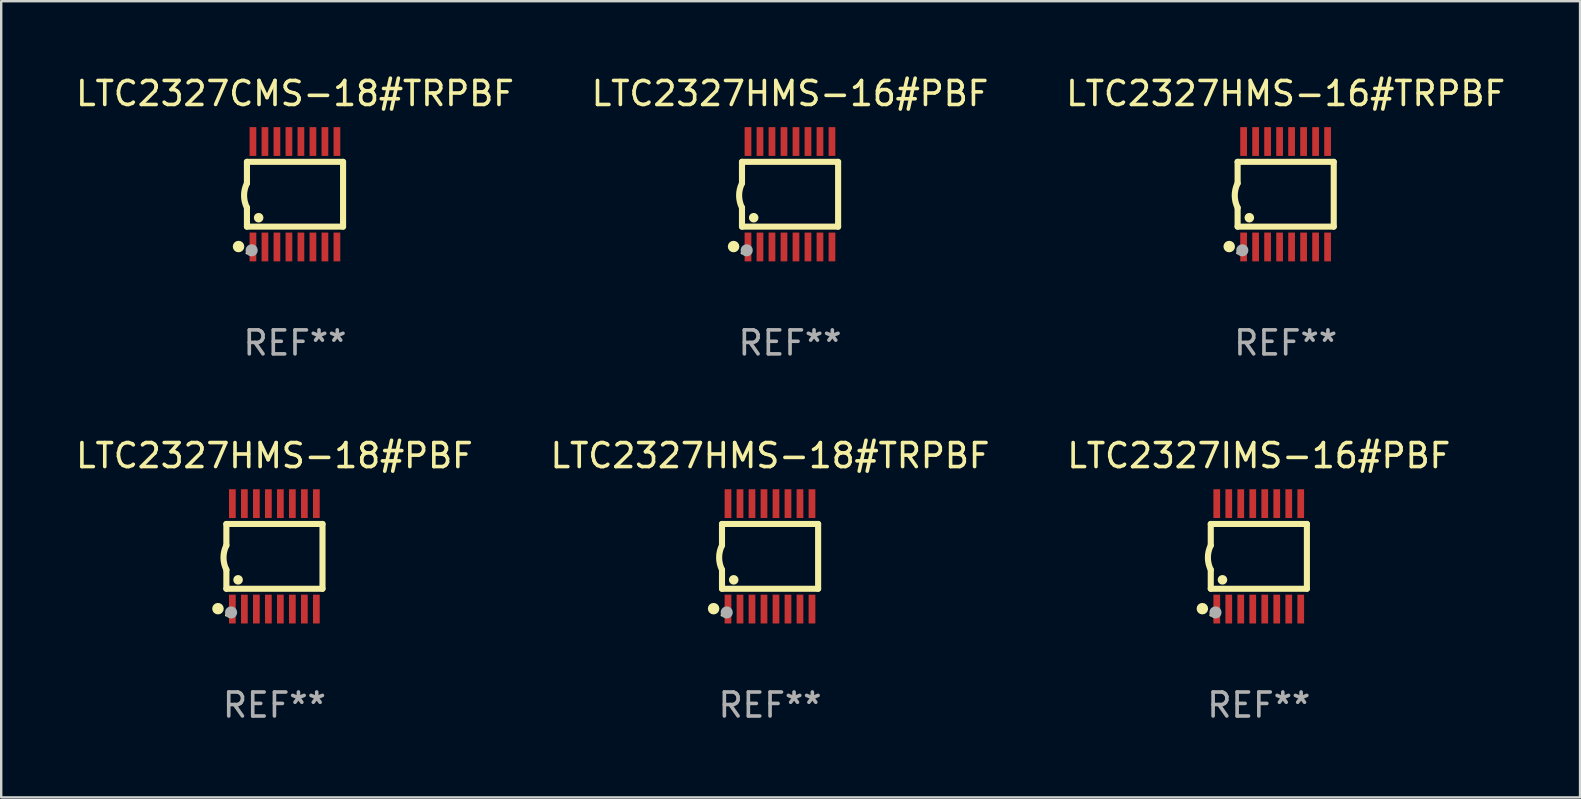
<source format=kicad_pcb>
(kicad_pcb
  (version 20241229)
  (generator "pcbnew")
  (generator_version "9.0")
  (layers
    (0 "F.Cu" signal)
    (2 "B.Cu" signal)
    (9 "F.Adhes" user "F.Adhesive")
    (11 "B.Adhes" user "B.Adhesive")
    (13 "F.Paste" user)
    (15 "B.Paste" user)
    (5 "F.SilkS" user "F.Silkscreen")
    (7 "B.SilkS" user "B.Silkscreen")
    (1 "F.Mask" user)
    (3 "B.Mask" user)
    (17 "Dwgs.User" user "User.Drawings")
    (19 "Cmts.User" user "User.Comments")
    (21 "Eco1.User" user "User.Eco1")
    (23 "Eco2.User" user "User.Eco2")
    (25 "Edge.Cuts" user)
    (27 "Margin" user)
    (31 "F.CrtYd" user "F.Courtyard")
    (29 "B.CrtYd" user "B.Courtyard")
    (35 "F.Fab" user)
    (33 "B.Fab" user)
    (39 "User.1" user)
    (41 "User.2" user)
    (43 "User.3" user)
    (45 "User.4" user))
  (footprint "LTC2327HMS-16#PBF"
    (layer "F.Cu")
    (at 29.875 5.045)
    (property "Reference" "LTC2327HMS-16#PBF" (at 0 -4.197 0) (layer "F.SilkS") (effects (font (size 1 1) (thickness 0.15))))
    (attr through_hole)
    (fp_line (start -2.003 -1.35) (end -2.003 -0.457) (stroke (width 0.254) (type solid)) (layer "F.SilkS"))
    (fp_line (start -2.003 -1.35) (end 2.003 -1.35) (stroke (width 0.254) (type solid)) (layer "F.SilkS"))
    (fp_line (start -2.003 1.35) (end -2.003 0.559) (stroke (width 0.254) (type solid)) (layer "F.SilkS"))
    (fp_line (start -2.003 1.35) (end 2.003 1.35) (stroke (width 0.254) (type solid)) (layer "F.SilkS"))
    (fp_line (start 2.003 -1.35) (end 2.003 1.35) (stroke (width 0.254) (type solid)) (layer "F.SilkS"))
    (fp_arc (start -2.002286 0.558802) (mid -2.122556 0.05092) (end -2.003302 -0.457201) (stroke (width 0.254001) (type solid)) (layer "F.SilkS"))
    (fp_circle (center -2.353 2.18) (end -2.233 2.18) (stroke (width 0.24) (type solid)) (fill no) (layer "F.SilkS"))
    (fp_circle (center -2.003 2.45) (end -1.973 2.45) (stroke (width 0.06) (type solid)) (fill no) (layer "F.SilkS"))
    (fp_circle (center -1.515 0.978) (end -1.415 0.978) (stroke (width 0.2) (type solid)) (fill no) (layer "F.SilkS"))
    (fp_circle (center -1.807 2.337) (end -1.68 2.337) (stroke (width 0.254) (type solid)) (fill no) (layer "F.Fab"))
    (fp_text user "REF**" (at 0 6.197 0) (layer "F.Fab") (effects (font (size 1 1) (thickness 0.15))))
    (pad "1" smd rect (at -1.753 2.197 90) (size 1.2 0.28) (layers "F.Cu" "F.Mask" "F.Paste"))
    (pad "2" smd rect (at -1.253 2.197 90) (size 1.2 0.28) (layers "F.Cu" "F.Mask" "F.Paste"))
    (pad "3" smd rect (at -0.753 2.197 90) (size 1.2 0.28) (layers "F.Cu" "F.Mask" "F.Paste"))
    (pad "4" smd rect (at -0.253 2.197 90) (size 1.2 0.28) (layers "F.Cu" "F.Mask" "F.Paste"))
    (pad "5" smd rect (at 0.247 2.197 90) (size 1.2 0.28) (layers "F.Cu" "F.Mask" "F.Paste"))
    (pad "6" smd rect (at 0.747 2.197 90) (size 1.2 0.28) (layers "F.Cu" "F.Mask" "F.Paste"))
    (pad "7" smd rect (at 1.247 2.197 90) (size 1.2 0.28) (layers "F.Cu" "F.Mask" "F.Paste"))
    (pad "8" smd rect (at 1.747 2.197 90) (size 1.2 0.28) (layers "F.Cu" "F.Mask" "F.Paste"))
    (pad "9" smd rect (at 1.747 -2.197 90) (size 1.2 0.28) (layers "F.Cu" "F.Mask" "F.Paste"))
    (pad "10" smd rect (at 1.247 -2.197 90) (size 1.2 0.28) (layers "F.Cu" "F.Mask" "F.Paste"))
    (pad "11" smd rect (at 0.747 -2.197 90) (size 1.2 0.28) (layers "F.Cu" "F.Mask" "F.Paste"))
    (pad "12" smd rect (at 0.247 -2.197 90) (size 1.2 0.28) (layers "F.Cu" "F.Mask" "F.Paste"))
    (pad "13" smd rect (at -0.253 -2.197 90) (size 1.2 0.28) (layers "F.Cu" "F.Mask" "F.Paste"))
    (pad "14" smd rect (at -0.753 -2.197 90) (size 1.2 0.28) (layers "F.Cu" "F.Mask" "F.Paste"))
    (pad "15" smd rect (at -1.253 -2.197 90) (size 1.2 0.28) (layers "F.Cu" "F.Mask" "F.Paste"))
    (pad "16" smd rect (at -1.753 -2.197 90) (size 1.2 0.28) (layers "F.Cu" "F.Mask" "F.Paste")))
  (footprint "LTC2327HMS-18#PBF"
    (layer "F.Cu")
    (at 8.387 20.136)
    (property "Reference" "LTC2327HMS-18#PBF" (at 0 -4.197 0) (layer "F.SilkS") (effects (font (size 1 1) (thickness 0.15))))
    (attr through_hole)
    (fp_line (start -2.003 -1.35) (end -2.003 -0.457) (stroke (width 0.254) (type solid)) (layer "F.SilkS"))
    (fp_line (start -2.003 -1.35) (end 2.003 -1.35) (stroke (width 0.254) (type solid)) (layer "F.SilkS"))
    (fp_line (start -2.003 1.35) (end -2.003 0.559) (stroke (width 0.254) (type solid)) (layer "F.SilkS"))
    (fp_line (start -2.003 1.35) (end 2.003 1.35) (stroke (width 0.254) (type solid)) (layer "F.SilkS"))
    (fp_line (start 2.003 -1.35) (end 2.003 1.35) (stroke (width 0.254) (type solid)) (layer "F.SilkS"))
    (fp_arc (start -2.002286 0.558802) (mid -2.122556 0.05092) (end -2.003302 -0.457201) (stroke (width 0.254001) (type solid)) (layer "F.SilkS"))
    (fp_circle (center -2.353 2.18) (end -2.233 2.18) (stroke (width 0.24) (type solid)) (fill no) (layer "F.SilkS"))
    (fp_circle (center -2.003 2.45) (end -1.973 2.45) (stroke (width 0.06) (type solid)) (fill no) (layer "F.SilkS"))
    (fp_circle (center -1.515 0.978) (end -1.415 0.978) (stroke (width 0.2) (type solid)) (fill no) (layer "F.SilkS"))
    (fp_circle (center -1.807 2.337) (end -1.68 2.337) (stroke (width 0.254) (type solid)) (fill no) (layer "F.Fab"))
    (fp_text user "REF**" (at 0 6.197 0) (layer "F.Fab") (effects (font (size 1 1) (thickness 0.15))))
    (pad "1" smd rect (at -1.753 2.197 90) (size 1.2 0.28) (layers "F.Cu" "F.Mask" "F.Paste"))
    (pad "2" smd rect (at -1.253 2.197 90) (size 1.2 0.28) (layers "F.Cu" "F.Mask" "F.Paste"))
    (pad "3" smd rect (at -0.753 2.197 90) (size 1.2 0.28) (layers "F.Cu" "F.Mask" "F.Paste"))
    (pad "4" smd rect (at -0.253 2.197 90) (size 1.2 0.28) (layers "F.Cu" "F.Mask" "F.Paste"))
    (pad "5" smd rect (at 0.247 2.197 90) (size 1.2 0.28) (layers "F.Cu" "F.Mask" "F.Paste"))
    (pad "6" smd rect (at 0.747 2.197 90) (size 1.2 0.28) (layers "F.Cu" "F.Mask" "F.Paste"))
    (pad "7" smd rect (at 1.247 2.197 90) (size 1.2 0.28) (layers "F.Cu" "F.Mask" "F.Paste"))
    (pad "8" smd rect (at 1.747 2.197 90) (size 1.2 0.28) (layers "F.Cu" "F.Mask" "F.Paste"))
    (pad "9" smd rect (at 1.747 -2.197 90) (size 1.2 0.28) (layers "F.Cu" "F.Mask" "F.Paste"))
    (pad "10" smd rect (at 1.247 -2.197 90) (size 1.2 0.28) (layers "F.Cu" "F.Mask" "F.Paste"))
    (pad "11" smd rect (at 0.747 -2.197 90) (size 1.2 0.28) (layers "F.Cu" "F.Mask" "F.Paste"))
    (pad "12" smd rect (at 0.247 -2.197 90) (size 1.2 0.28) (layers "F.Cu" "F.Mask" "F.Paste"))
    (pad "13" smd rect (at -0.253 -2.197 90) (size 1.2 0.28) (layers "F.Cu" "F.Mask" "F.Paste"))
    (pad "14" smd rect (at -0.753 -2.197 90) (size 1.2 0.28) (layers "F.Cu" "F.Mask" "F.Paste"))
    (pad "15" smd rect (at -1.253 -2.197 90) (size 1.2 0.28) (layers "F.Cu" "F.Mask" "F.Paste"))
    (pad "16" smd rect (at -1.753 -2.197 90) (size 1.2 0.28) (layers "F.Cu" "F.Mask" "F.Paste")))
  (footprint "LTC2327CMS-18#TRPBF"
    (layer "F.Cu")
    (at 9.244 5.045)
    (property "Reference" "LTC2327CMS-18#TRPBF" (at 0 -4.197 0) (layer "F.SilkS") (effects (font (size 1 1) (thickness 0.15))))
    (attr through_hole)
    (fp_line (start -2.003 -1.35) (end -2.003 -0.457) (stroke (width 0.254) (type solid)) (layer "F.SilkS"))
    (fp_line (start -2.003 -1.35) (end 2.003 -1.35) (stroke (width 0.254) (type solid)) (layer "F.SilkS"))
    (fp_line (start -2.003 1.35) (end -2.003 0.559) (stroke (width 0.254) (type solid)) (layer "F.SilkS"))
    (fp_line (start -2.003 1.35) (end 2.003 1.35) (stroke (width 0.254) (type solid)) (layer "F.SilkS"))
    (fp_line (start 2.003 -1.35) (end 2.003 1.35) (stroke (width 0.254) (type solid)) (layer "F.SilkS"))
    (fp_arc (start -2.002286 0.558802) (mid -2.122556 0.05092) (end -2.003302 -0.457201) (stroke (width 0.254001) (type solid)) (layer "F.SilkS"))
    (fp_circle (center -2.353 2.18) (end -2.233 2.18) (stroke (width 0.24) (type solid)) (fill no) (layer "F.SilkS"))
    (fp_circle (center -2.003 2.45) (end -1.973 2.45) (stroke (width 0.06) (type solid)) (fill no) (layer "F.SilkS"))
    (fp_circle (center -1.515 0.978) (end -1.415 0.978) (stroke (width 0.2) (type solid)) (fill no) (layer "F.SilkS"))
    (fp_circle (center -1.807 2.337) (end -1.68 2.337) (stroke (width 0.254) (type solid)) (fill no) (layer "F.Fab"))
    (fp_text user "REF**" (at 0 6.197 0) (layer "F.Fab") (effects (font (size 1 1) (thickness 0.15))))
    (pad "1" smd rect (at -1.753 2.197 90) (size 1.2 0.28) (layers "F.Cu" "F.Mask" "F.Paste"))
    (pad "2" smd rect (at -1.253 2.197 90) (size 1.2 0.28) (layers "F.Cu" "F.Mask" "F.Paste"))
    (pad "3" smd rect (at -0.753 2.197 90) (size 1.2 0.28) (layers "F.Cu" "F.Mask" "F.Paste"))
    (pad "4" smd rect (at -0.253 2.197 90) (size 1.2 0.28) (layers "F.Cu" "F.Mask" "F.Paste"))
    (pad "5" smd rect (at 0.247 2.197 90) (size 1.2 0.28) (layers "F.Cu" "F.Mask" "F.Paste"))
    (pad "6" smd rect (at 0.747 2.197 90) (size 1.2 0.28) (layers "F.Cu" "F.Mask" "F.Paste"))
    (pad "7" smd rect (at 1.247 2.197 90) (size 1.2 0.28) (layers "F.Cu" "F.Mask" "F.Paste"))
    (pad "8" smd rect (at 1.747 2.197 90) (size 1.2 0.28) (layers "F.Cu" "F.Mask" "F.Paste"))
    (pad "9" smd rect (at 1.747 -2.197 90) (size 1.2 0.28) (layers "F.Cu" "F.Mask" "F.Paste"))
    (pad "10" smd rect (at 1.247 -2.197 90) (size 1.2 0.28) (layers "F.Cu" "F.Mask" "F.Paste"))
    (pad "11" smd rect (at 0.747 -2.197 90) (size 1.2 0.28) (layers "F.Cu" "F.Mask" "F.Paste"))
    (pad "12" smd rect (at 0.247 -2.197 90) (size 1.2 0.28) (layers "F.Cu" "F.Mask" "F.Paste"))
    (pad "13" smd rect (at -0.253 -2.197 90) (size 1.2 0.28) (layers "F.Cu" "F.Mask" "F.Paste"))
    (pad "14" smd rect (at -0.753 -2.197 90) (size 1.2 0.28) (layers "F.Cu" "F.Mask" "F.Paste"))
    (pad "15" smd rect (at -1.253 -2.197 90) (size 1.2 0.28) (layers "F.Cu" "F.Mask" "F.Paste"))
    (pad "16" smd rect (at -1.753 -2.197 90) (size 1.2 0.28) (layers "F.Cu" "F.Mask" "F.Paste")))
  (footprint "LTC2327IMS-16#PBF"
    (layer "F.Cu")
    (at 49.411 20.136)
    (property "Reference" "LTC2327IMS-16#PBF" (at 0 -4.197 0) (layer "F.SilkS") (effects (font (size 1 1) (thickness 0.15))))
    (attr through_hole)
    (fp_line (start -2.003 -1.35) (end -2.003 -0.457) (stroke (width 0.254) (type solid)) (layer "F.SilkS"))
    (fp_line (start -2.003 -1.35) (end 2.003 -1.35) (stroke (width 0.254) (type solid)) (layer "F.SilkS"))
    (fp_line (start -2.003 1.35) (end -2.003 0.559) (stroke (width 0.254) (type solid)) (layer "F.SilkS"))
    (fp_line (start -2.003 1.35) (end 2.003 1.35) (stroke (width 0.254) (type solid)) (layer "F.SilkS"))
    (fp_line (start 2.003 -1.35) (end 2.003 1.35) (stroke (width 0.254) (type solid)) (layer "F.SilkS"))
    (fp_arc (start -2.002286 0.558802) (mid -2.122556 0.05092) (end -2.003302 -0.457201) (stroke (width 0.254001) (type solid)) (layer "F.SilkS"))
    (fp_circle (center -2.353 2.18) (end -2.233 2.18) (stroke (width 0.24) (type solid)) (fill no) (layer "F.SilkS"))
    (fp_circle (center -2.003 2.45) (end -1.973 2.45) (stroke (width 0.06) (type solid)) (fill no) (layer "F.SilkS"))
    (fp_circle (center -1.515 0.978) (end -1.415 0.978) (stroke (width 0.2) (type solid)) (fill no) (layer "F.SilkS"))
    (fp_circle (center -1.807 2.337) (end -1.68 2.337) (stroke (width 0.254) (type solid)) (fill no) (layer "F.Fab"))
    (fp_text user "REF**" (at 0 6.197 0) (layer "F.Fab") (effects (font (size 1 1) (thickness 0.15))))
    (pad "1" smd rect (at -1.753 2.197 90) (size 1.2 0.28) (layers "F.Cu" "F.Mask" "F.Paste"))
    (pad "2" smd rect (at -1.253 2.197 90) (size 1.2 0.28) (layers "F.Cu" "F.Mask" "F.Paste"))
    (pad "3" smd rect (at -0.753 2.197 90) (size 1.2 0.28) (layers "F.Cu" "F.Mask" "F.Paste"))
    (pad "4" smd rect (at -0.253 2.197 90) (size 1.2 0.28) (layers "F.Cu" "F.Mask" "F.Paste"))
    (pad "5" smd rect (at 0.247 2.197 90) (size 1.2 0.28) (layers "F.Cu" "F.Mask" "F.Paste"))
    (pad "6" smd rect (at 0.747 2.197 90) (size 1.2 0.28) (layers "F.Cu" "F.Mask" "F.Paste"))
    (pad "7" smd rect (at 1.247 2.197 90) (size 1.2 0.28) (layers "F.Cu" "F.Mask" "F.Paste"))
    (pad "8" smd rect (at 1.747 2.197 90) (size 1.2 0.28) (layers "F.Cu" "F.Mask" "F.Paste"))
    (pad "9" smd rect (at 1.747 -2.197 90) (size 1.2 0.28) (layers "F.Cu" "F.Mask" "F.Paste"))
    (pad "10" smd rect (at 1.247 -2.197 90) (size 1.2 0.28) (layers "F.Cu" "F.Mask" "F.Paste"))
    (pad "11" smd rect (at 0.747 -2.197 90) (size 1.2 0.28) (layers "F.Cu" "F.Mask" "F.Paste"))
    (pad "12" smd rect (at 0.247 -2.197 90) (size 1.2 0.28) (layers "F.Cu" "F.Mask" "F.Paste"))
    (pad "13" smd rect (at -0.253 -2.197 90) (size 1.2 0.28) (layers "F.Cu" "F.Mask" "F.Paste"))
    (pad "14" smd rect (at -0.753 -2.197 90) (size 1.2 0.28) (layers "F.Cu" "F.Mask" "F.Paste"))
    (pad "15" smd rect (at -1.253 -2.197 90) (size 1.2 0.28) (layers "F.Cu" "F.Mask" "F.Paste"))
    (pad "16" smd rect (at -1.753 -2.197 90) (size 1.2 0.28) (layers "F.Cu" "F.Mask" "F.Paste")))
  (footprint "LTC2327HMS-18#TRPBF"
    (layer "F.Cu")
    (at 29.042 20.136)
    (property "Reference" "LTC2327HMS-18#TRPBF" (at 0 -4.197 0) (layer "F.SilkS") (effects (font (size 1 1) (thickness 0.15))))
    (attr through_hole)
    (fp_line (start -2.003 -1.35) (end -2.003 -0.457) (stroke (width 0.254) (type solid)) (layer "F.SilkS"))
    (fp_line (start -2.003 -1.35) (end 2.003 -1.35) (stroke (width 0.254) (type solid)) (layer "F.SilkS"))
    (fp_line (start -2.003 1.35) (end -2.003 0.559) (stroke (width 0.254) (type solid)) (layer "F.SilkS"))
    (fp_line (start -2.003 1.35) (end 2.003 1.35) (stroke (width 0.254) (type solid)) (layer "F.SilkS"))
    (fp_line (start 2.003 -1.35) (end 2.003 1.35) (stroke (width 0.254) (type solid)) (layer "F.SilkS"))
    (fp_arc (start -2.002286 0.558802) (mid -2.122556 0.05092) (end -2.003302 -0.457201) (stroke (width 0.254001) (type solid)) (layer "F.SilkS"))
    (fp_circle (center -2.353 2.18) (end -2.233 2.18) (stroke (width 0.24) (type solid)) (fill no) (layer "F.SilkS"))
    (fp_circle (center -2.003 2.45) (end -1.973 2.45) (stroke (width 0.06) (type solid)) (fill no) (layer "F.SilkS"))
    (fp_circle (center -1.515 0.978) (end -1.415 0.978) (stroke (width 0.2) (type solid)) (fill no) (layer "F.SilkS"))
    (fp_circle (center -1.807 2.337) (end -1.68 2.337) (stroke (width 0.254) (type solid)) (fill no) (layer "F.Fab"))
    (fp_text user "REF**" (at 0 6.197 0) (layer "F.Fab") (effects (font (size 1 1) (thickness 0.15))))
    (pad "1" smd rect (at -1.753 2.197 90) (size 1.2 0.28) (layers "F.Cu" "F.Mask" "F.Paste"))
    (pad "2" smd rect (at -1.253 2.197 90) (size 1.2 0.28) (layers "F.Cu" "F.Mask" "F.Paste"))
    (pad "3" smd rect (at -0.753 2.197 90) (size 1.2 0.28) (layers "F.Cu" "F.Mask" "F.Paste"))
    (pad "4" smd rect (at -0.253 2.197 90) (size 1.2 0.28) (layers "F.Cu" "F.Mask" "F.Paste"))
    (pad "5" smd rect (at 0.247 2.197 90) (size 1.2 0.28) (layers "F.Cu" "F.Mask" "F.Paste"))
    (pad "6" smd rect (at 0.747 2.197 90) (size 1.2 0.28) (layers "F.Cu" "F.Mask" "F.Paste"))
    (pad "7" smd rect (at 1.247 2.197 90) (size 1.2 0.28) (layers "F.Cu" "F.Mask" "F.Paste"))
    (pad "8" smd rect (at 1.747 2.197 90) (size 1.2 0.28) (layers "F.Cu" "F.Mask" "F.Paste"))
    (pad "9" smd rect (at 1.747 -2.197 90) (size 1.2 0.28) (layers "F.Cu" "F.Mask" "F.Paste"))
    (pad "10" smd rect (at 1.247 -2.197 90) (size 1.2 0.28) (layers "F.Cu" "F.Mask" "F.Paste"))
    (pad "11" smd rect (at 0.747 -2.197 90) (size 1.2 0.28) (layers "F.Cu" "F.Mask" "F.Paste"))
    (pad "12" smd rect (at 0.247 -2.197 90) (size 1.2 0.28) (layers "F.Cu" "F.Mask" "F.Paste"))
    (pad "13" smd rect (at -0.253 -2.197 90) (size 1.2 0.28) (layers "F.Cu" "F.Mask" "F.Paste"))
    (pad "14" smd rect (at -0.753 -2.197 90) (size 1.2 0.28) (layers "F.Cu" "F.Mask" "F.Paste"))
    (pad "15" smd rect (at -1.253 -2.197 90) (size 1.2 0.28) (layers "F.Cu" "F.Mask" "F.Paste"))
    (pad "16" smd rect (at -1.753 -2.197 90) (size 1.2 0.28) (layers "F.Cu" "F.Mask" "F.Paste")))
  (footprint "LTC2327HMS-16#TRPBF"
    (layer "F.Cu")
    (at 50.53 5.045)
    (property "Reference" "LTC2327HMS-16#TRPBF" (at 0 -4.197 0) (layer "F.SilkS") (effects (font (size 1 1) (thickness 0.15))))
    (attr through_hole)
    (fp_line (start -2.003 -1.35) (end -2.003 -0.457) (stroke (width 0.254) (type solid)) (layer "F.SilkS"))
    (fp_line (start -2.003 -1.35) (end 2.003 -1.35) (stroke (width 0.254) (type solid)) (layer "F.SilkS"))
    (fp_line (start -2.003 1.35) (end -2.003 0.559) (stroke (width 0.254) (type solid)) (layer "F.SilkS"))
    (fp_line (start -2.003 1.35) (end 2.003 1.35) (stroke (width 0.254) (type solid)) (layer "F.SilkS"))
    (fp_line (start 2.003 -1.35) (end 2.003 1.35) (stroke (width 0.254) (type solid)) (layer "F.SilkS"))
    (fp_arc (start -2.002286 0.558802) (mid -2.122556 0.05092) (end -2.003302 -0.457201) (stroke (width 0.254001) (type solid)) (layer "F.SilkS"))
    (fp_circle (center -2.353 2.18) (end -2.233 2.18) (stroke (width 0.24) (type solid)) (fill no) (layer "F.SilkS"))
    (fp_circle (center -2.003 2.45) (end -1.973 2.45) (stroke (width 0.06) (type solid)) (fill no) (layer "F.SilkS"))
    (fp_circle (center -1.515 0.978) (end -1.415 0.978) (stroke (width 0.2) (type solid)) (fill no) (layer "F.SilkS"))
    (fp_circle (center -1.807 2.337) (end -1.68 2.337) (stroke (width 0.254) (type solid)) (fill no) (layer "F.Fab"))
    (fp_text user "REF**" (at 0 6.197 0) (layer "F.Fab") (effects (font (size 1 1) (thickness 0.15))))
    (pad "1" smd rect (at -1.753 2.197 90) (size 1.2 0.28) (layers "F.Cu" "F.Mask" "F.Paste"))
    (pad "2" smd rect (at -1.253 2.197 90) (size 1.2 0.28) (layers "F.Cu" "F.Mask" "F.Paste"))
    (pad "3" smd rect (at -0.753 2.197 90) (size 1.2 0.28) (layers "F.Cu" "F.Mask" "F.Paste"))
    (pad "4" smd rect (at -0.253 2.197 90) (size 1.2 0.28) (layers "F.Cu" "F.Mask" "F.Paste"))
    (pad "5" smd rect (at 0.247 2.197 90) (size 1.2 0.28) (layers "F.Cu" "F.Mask" "F.Paste"))
    (pad "6" smd rect (at 0.747 2.197 90) (size 1.2 0.28) (layers "F.Cu" "F.Mask" "F.Paste"))
    (pad "7" smd rect (at 1.247 2.197 90) (size 1.2 0.28) (layers "F.Cu" "F.Mask" "F.Paste"))
    (pad "8" smd rect (at 1.747 2.197 90) (size 1.2 0.28) (layers "F.Cu" "F.Mask" "F.Paste"))
    (pad "9" smd rect (at 1.747 -2.197 90) (size 1.2 0.28) (layers "F.Cu" "F.Mask" "F.Paste"))
    (pad "10" smd rect (at 1.247 -2.197 90) (size 1.2 0.28) (layers "F.Cu" "F.Mask" "F.Paste"))
    (pad "11" smd rect (at 0.747 -2.197 90) (size 1.2 0.28) (layers "F.Cu" "F.Mask" "F.Paste"))
    (pad "12" smd rect (at 0.247 -2.197 90) (size 1.2 0.28) (layers "F.Cu" "F.Mask" "F.Paste"))
    (pad "13" smd rect (at -0.253 -2.197 90) (size 1.2 0.28) (layers "F.Cu" "F.Mask" "F.Paste"))
    (pad "14" smd rect (at -0.753 -2.197 90) (size 1.2 0.28) (layers "F.Cu" "F.Mask" "F.Paste"))
    (pad "15" smd rect (at -1.253 -2.197 90) (size 1.2 0.28) (layers "F.Cu" "F.Mask" "F.Paste"))
    (pad "16" smd rect (at -1.753 -2.197 90) (size 1.2 0.28) (layers "F.Cu" "F.Mask" "F.Paste")))
  (gr_rect
    (start -3 -3)
    (end 62.798 30.181)
    (stroke (width 0.1) (type default))
    (fill no)
    (layer "Edge.Cuts")))
</source>
